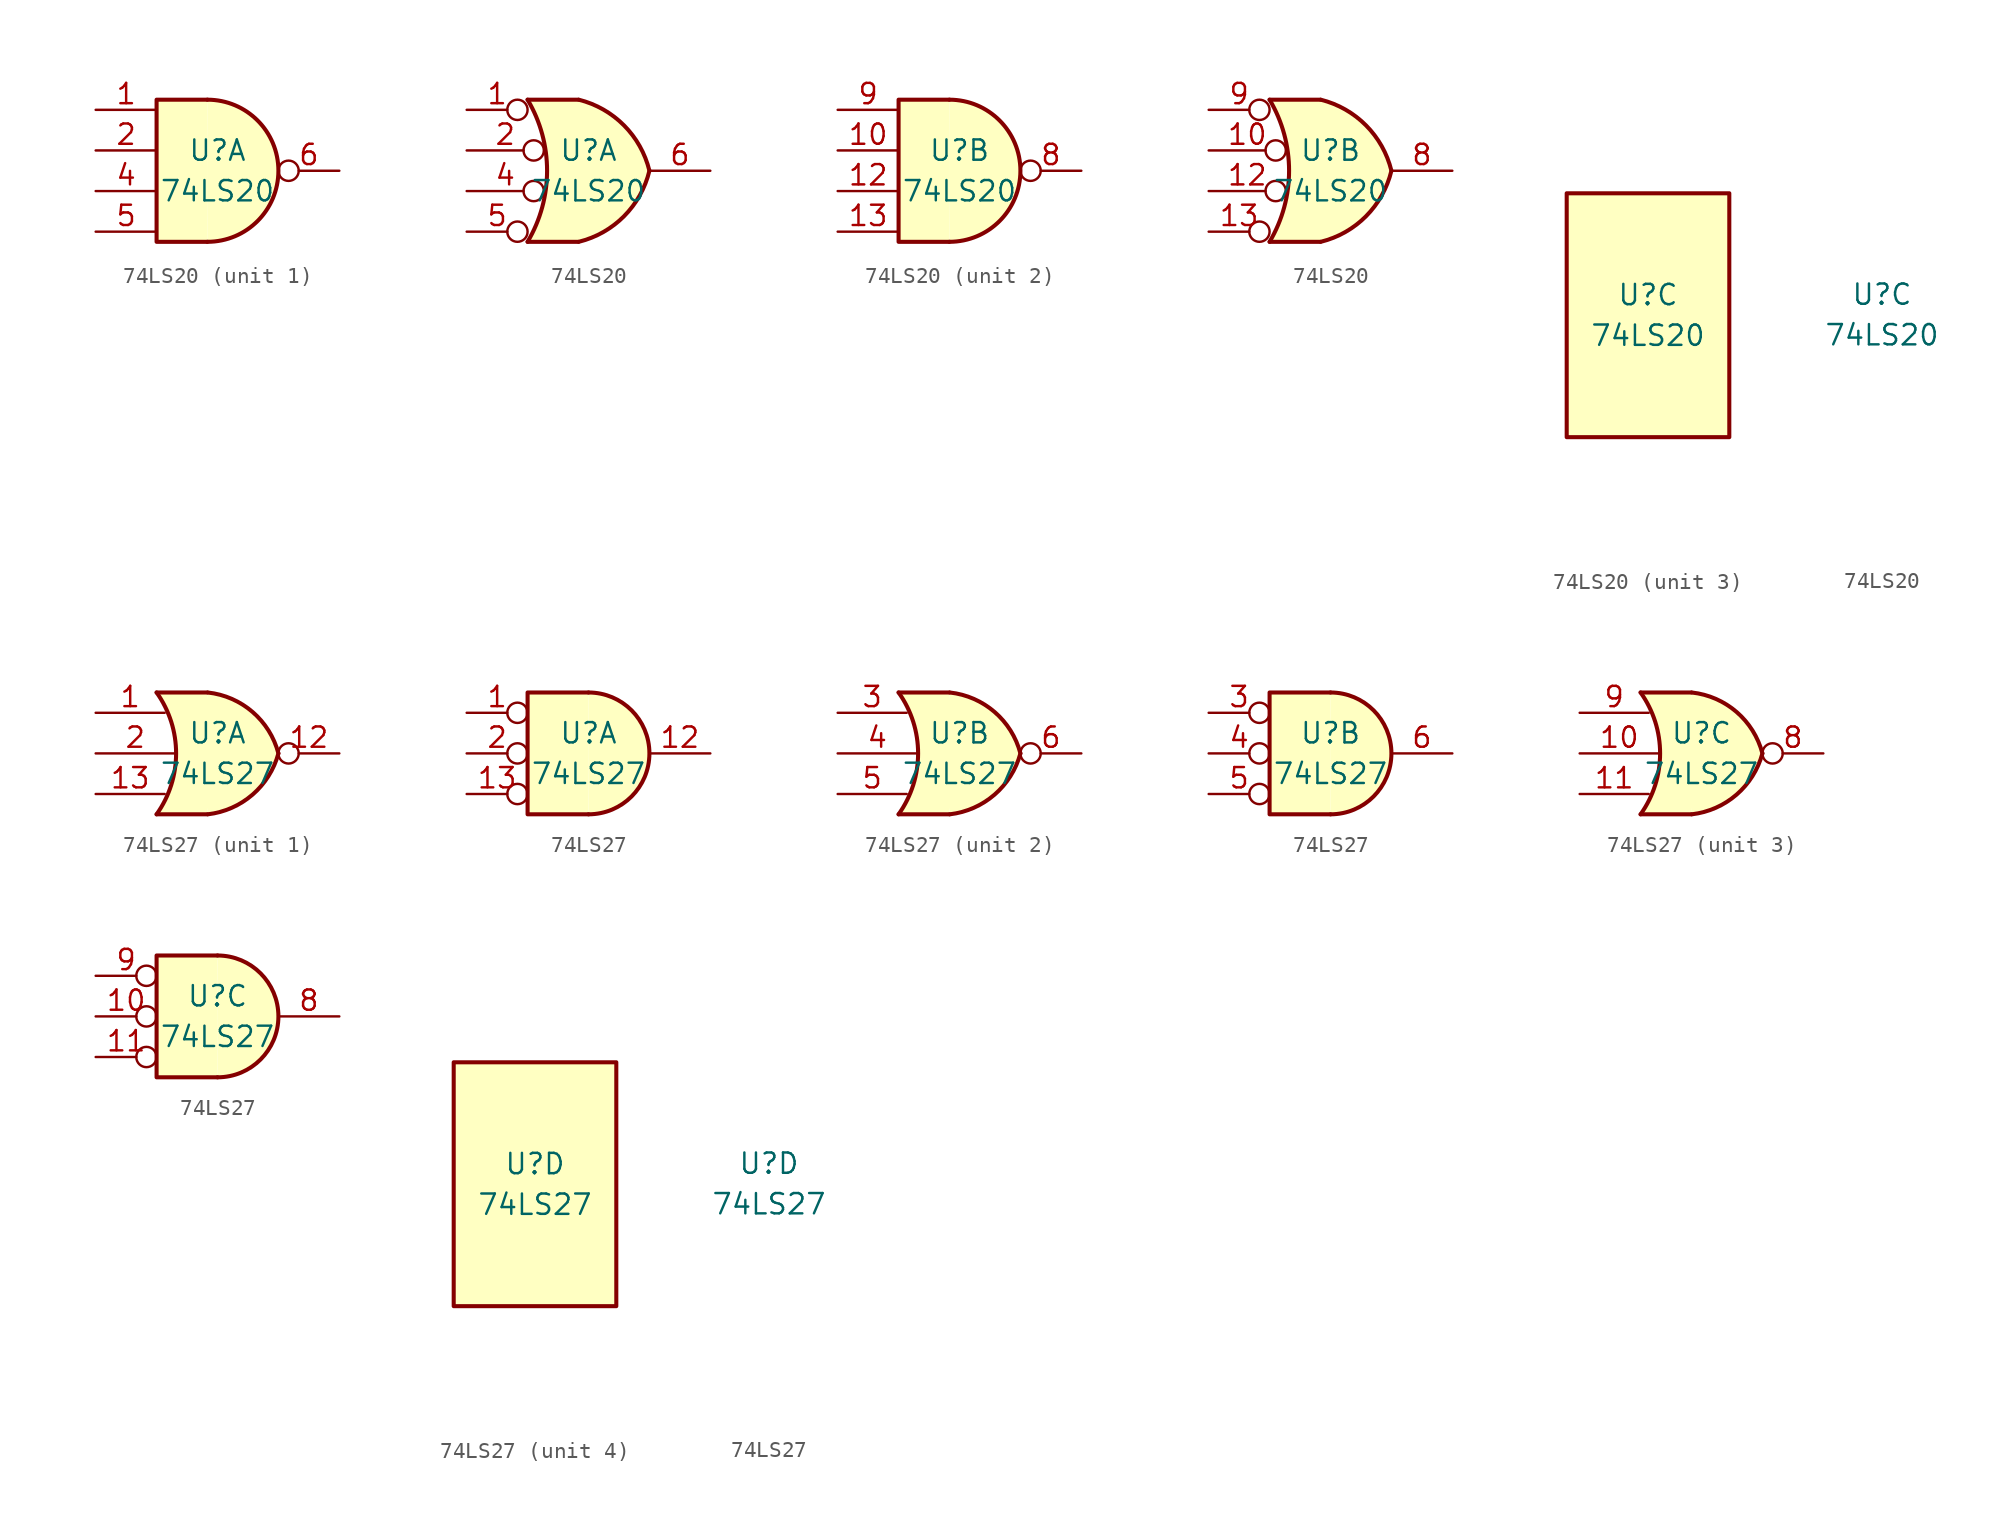
<source format=kicad_sym>
(kicad_symbol_lib
  (version 20211014)
  (generator kicad_symbol_editor)
  (symbol "74LS20"
    (pin_names
      (offset 1.016))
    (property "Reference" "U"
      (at 0 1.27 0)
      (effects (font (size 1.27 1.27))))
    (property "Value" "74LS20"
      (at 0 -1.27 0)
      (effects (font (size 1.27 1.27))))
    (property "ki_locked" ""
      (at 0 0 0)
      (effects (font (size 1.27 1.27))))
    (symbol "74LS20_1_1"
      (arc (start -0.635 -4.445) (mid 3.81 0) (end -0.635 4.445) (stroke (width 0.254) (type default) (color 0 0 0 0)) (fill (type background)))
      (polyline (pts (xy -0.635 4.445) (xy -3.81 4.445) (xy -3.81 -4.445) (xy -0.635 -4.445)) (stroke (width 0.254) (type default) (color 0 0 0 0)) (fill (type background)))
      (pin input line (at -7.62 3.81 0) (length 3.81) (name "~" (effects (font (size 1.27 1.27)))) (number "1" (effects (font (size 1.27 1.27)))))
      (pin input line (at -7.62 1.27 0) (length 3.81) (name "~" (effects (font (size 1.27 1.27)))) (number "2" (effects (font (size 1.27 1.27)))))
      (pin input line (at -7.62 -1.27 0) (length 3.81) (name "~" (effects (font (size 1.27 1.27)))) (number "4" (effects (font (size 1.27 1.27)))))
      (pin input line (at -7.62 -3.81 0) (length 3.81) (name "~" (effects (font (size 1.27 1.27)))) (number "5" (effects (font (size 1.27 1.27)))))
      (pin output inverted (at 7.62 0 180) (length 3.81) (name "~" (effects (font (size 1.27 1.27)))) (number "6" (effects (font (size 1.27 1.27))))))
    (symbol "74LS20_1_2"
      (arc (start -3.81 -4.445) (mid -2.5908 0) (end -3.81 4.445) (stroke (width 0.254) (type default) (color 0 0 0 0)) (fill (type none)))
      (arc (start -0.6096 -4.445) (mid 2.2246 -2.8422) (end 3.81 0) (stroke (width 0.254) (type default) (color 0 0 0 0)) (fill (type background)))
      (polyline (pts (xy -3.81 -4.445) (xy -0.635 -4.445)) (stroke (width 0.254) (type default) (color 0 0 0 0)) (fill (type background)))
      (polyline (pts (xy -3.81 4.445) (xy -0.635 4.445)) (stroke (width 0.254) (type default) (color 0 0 0 0)) (fill (type background)))
      (polyline (pts (xy -0.635 4.445) (xy -3.81 4.445) (xy -3.81 4.445) (xy -3.632 4.089) (xy -3.099 2.921) (xy -2.769 1.676) (xy -2.616 0.432) (xy -2.642 -0.864) (xy -2.87 -2.108) (xy -3.251 -3.327) (xy -3.81 -4.445) (xy -3.81 -4.445) (xy -0.635 -4.445)) (stroke (width -25.4) (type default) (color 0 0 0 0)) (fill (type background)))
      (arc (start 3.81 0) (mid 2.2204 2.8379) (end -0.6096 4.445) (stroke (width 0.254) (type default) (color 0 0 0 0)) (fill (type background)))
      (pin input inverted (at -7.62 3.81 0) (length 3.81) (name "~" (effects (font (size 1.27 1.27)))) (number "1" (effects (font (size 1.27 1.27)))))
      (pin input inverted (at -7.62 1.27 0) (length 4.826) (name "~" (effects (font (size 1.27 1.27)))) (number "2" (effects (font (size 1.27 1.27)))))
      (pin input inverted (at -7.62 -1.27 0) (length 4.826) (name "~" (effects (font (size 1.27 1.27)))) (number "4" (effects (font (size 1.27 1.27)))))
      (pin input inverted (at -7.62 -3.81 0) (length 3.81) (name "~" (effects (font (size 1.27 1.27)))) (number "5" (effects (font (size 1.27 1.27)))))
      (pin output line (at 7.62 0 180) (length 3.81) (name "~" (effects (font (size 1.27 1.27)))) (number "6" (effects (font (size 1.27 1.27))))))
    (symbol "74LS20_2_1"
      (arc (start -0.635 -4.445) (mid 3.81 0) (end -0.635 4.445) (stroke (width 0.254) (type default) (color 0 0 0 0)) (fill (type background)))
      (polyline (pts (xy -0.635 4.445) (xy -3.81 4.445) (xy -3.81 -4.445) (xy -0.635 -4.445)) (stroke (width 0.254) (type default) (color 0 0 0 0)) (fill (type background)))
      (pin input line (at -7.62 1.27 0) (length 3.81) (name "~" (effects (font (size 1.27 1.27)))) (number "10" (effects (font (size 1.27 1.27)))))
      (pin input line (at -7.62 -1.27 0) (length 3.81) (name "~" (effects (font (size 1.27 1.27)))) (number "12" (effects (font (size 1.27 1.27)))))
      (pin input line (at -7.62 -3.81 0) (length 3.81) (name "~" (effects (font (size 1.27 1.27)))) (number "13" (effects (font (size 1.27 1.27)))))
      (pin output inverted (at 7.62 0 180) (length 3.81) (name "~" (effects (font (size 1.27 1.27)))) (number "8" (effects (font (size 1.27 1.27)))))
      (pin input line (at -7.62 3.81 0) (length 3.81) (name "~" (effects (font (size 1.27 1.27)))) (number "9" (effects (font (size 1.27 1.27))))))
    (symbol "74LS20_2_2"
      (arc (start -3.81 -4.445) (mid -2.5908 0) (end -3.81 4.445) (stroke (width 0.254) (type default) (color 0 0 0 0)) (fill (type none)))
      (arc (start -0.6096 -4.445) (mid 2.2246 -2.8422) (end 3.81 0) (stroke (width 0.254) (type default) (color 0 0 0 0)) (fill (type background)))
      (polyline (pts (xy -3.81 -4.445) (xy -0.635 -4.445)) (stroke (width 0.254) (type default) (color 0 0 0 0)) (fill (type background)))
      (polyline (pts (xy -3.81 4.445) (xy -0.635 4.445)) (stroke (width 0.254) (type default) (color 0 0 0 0)) (fill (type background)))
      (polyline (pts (xy -0.635 4.445) (xy -3.81 4.445) (xy -3.81 4.445) (xy -3.632 4.089) (xy -3.099 2.921) (xy -2.769 1.676) (xy -2.616 0.432) (xy -2.642 -0.864) (xy -2.87 -2.108) (xy -3.251 -3.327) (xy -3.81 -4.445) (xy -3.81 -4.445) (xy -0.635 -4.445)) (stroke (width -25.4) (type default) (color 0 0 0 0)) (fill (type background)))
      (arc (start 3.81 0) (mid 2.2204 2.8379) (end -0.6096 4.445) (stroke (width 0.254) (type default) (color 0 0 0 0)) (fill (type background)))
      (pin input inverted (at -7.62 1.27 0) (length 4.826) (name "~" (effects (font (size 1.27 1.27)))) (number "10" (effects (font (size 1.27 1.27)))))
      (pin input inverted (at -7.62 -1.27 0) (length 4.826) (name "~" (effects (font (size 1.27 1.27)))) (number "12" (effects (font (size 1.27 1.27)))))
      (pin input inverted (at -7.62 -3.81 0) (length 3.81) (name "~" (effects (font (size 1.27 1.27)))) (number "13" (effects (font (size 1.27 1.27)))))
      (pin output line (at 7.62 0 180) (length 3.81) (name "~" (effects (font (size 1.27 1.27)))) (number "8" (effects (font (size 1.27 1.27)))))
      (pin input inverted (at -7.62 3.81 0) (length 3.81) (name "~" (effects (font (size 1.27 1.27)))) (number "9" (effects (font (size 1.27 1.27))))))
    (symbol "74LS20_3_0"
      (pin input line (at 0 12.7 270) (length 5.08) hide (name "VCC" (effects (font (size 1.27 1.27)))) (number "14" (effects (font (size 1.27 1.27)))))
      (pin input line (at 0 -12.7 90) (length 5.08) hide (name "GND" (effects (font (size 1.27 1.27)))) (number "7" (effects (font (size 1.27 1.27))))))
    (symbol "74LS20_3_1"
      (rectangle (start -5.08 7.62) (end 5.08 -7.62) (stroke (width 0.254) (type default) (color 0 0 0 0)) (fill (type background)))))
  (symbol "74LS27"
    (pin_names
      (offset 1.016))
    (property "Reference" "U"
      (at 0 1.27 0)
      (effects (font (size 1.27 1.27))))
    (property "Value" "74LS27"
      (at 0 -1.27 0)
      (effects (font (size 1.27 1.27))))
    (property "ki_locked" ""
      (at 0 0 0)
      (effects (font (size 1.27 1.27))))
    (symbol "74LS27_1_1"
      (arc (start -3.81 -3.81) (mid -2.589 0) (end -3.81 3.81) (stroke (width 0.254) (type default) (color 0 0 0 0)) (fill (type none)))
      (arc (start -0.6096 -3.81) (mid 2.1842 -2.5851) (end 3.81 0) (stroke (width 0.254) (type default) (color 0 0 0 0)) (fill (type background)))
      (polyline (pts (xy -3.81 -3.81) (xy -0.635 -3.81)) (stroke (width 0.254) (type default) (color 0 0 0 0)) (fill (type background)))
      (polyline (pts (xy -3.81 3.81) (xy -0.635 3.81)) (stroke (width 0.254) (type default) (color 0 0 0 0)) (fill (type background)))
      (polyline (pts (xy -0.635 3.81) (xy -3.81 3.81) (xy -3.81 3.81) (xy -3.556 3.404) (xy -3.023 2.261) (xy -2.692 1.041) (xy -2.616 -0.254) (xy -2.769 -1.499) (xy -3.175 -2.718) (xy -3.81 -3.81) (xy -3.81 -3.81) (xy -0.635 -3.81)) (stroke (width -25.4) (type default) (color 0 0 0 0)) (fill (type background)))
      (arc (start 3.81 0) (mid 2.1915 2.5936) (end -0.6096 3.81) (stroke (width 0.254) (type default) (color 0 0 0 0)) (fill (type background)))
      (pin input line (at -7.62 2.54 0) (length 4.318) (name "~" (effects (font (size 1.27 1.27)))) (number "1" (effects (font (size 1.27 1.27)))))
      (pin output inverted (at 7.62 0 180) (length 3.81) (name "~" (effects (font (size 1.27 1.27)))) (number "12" (effects (font (size 1.27 1.27)))))
      (pin input line (at -7.62 -2.54 0) (length 4.318) (name "~" (effects (font (size 1.27 1.27)))) (number "13" (effects (font (size 1.27 1.27)))))
      (pin input line (at -7.62 0 0) (length 4.953) (name "~" (effects (font (size 1.27 1.27)))) (number "2" (effects (font (size 1.27 1.27))))))
    (symbol "74LS27_1_2"
      (arc (start 0 -3.81) (mid 3.81 0) (end 0 3.81) (stroke (width 0.254) (type default) (color 0 0 0 0)) (fill (type background)))
      (polyline (pts (xy 0 3.81) (xy -3.81 3.81) (xy -3.81 -3.81) (xy 0 -3.81)) (stroke (width 0.254) (type default) (color 0 0 0 0)) (fill (type background)))
      (pin input inverted (at -7.62 2.54 0) (length 3.81) (name "~" (effects (font (size 1.27 1.27)))) (number "1" (effects (font (size 1.27 1.27)))))
      (pin output line (at 7.62 0 180) (length 3.81) (name "~" (effects (font (size 1.27 1.27)))) (number "12" (effects (font (size 1.27 1.27)))))
      (pin input inverted (at -7.62 -2.54 0) (length 3.81) (name "~" (effects (font (size 1.27 1.27)))) (number "13" (effects (font (size 1.27 1.27)))))
      (pin input inverted (at -7.62 0 0) (length 3.81) (name "~" (effects (font (size 1.27 1.27)))) (number "2" (effects (font (size 1.27 1.27))))))
    (symbol "74LS27_2_1"
      (arc (start -3.81 -3.81) (mid -2.589 0) (end -3.81 3.81) (stroke (width 0.254) (type default) (color 0 0 0 0)) (fill (type none)))
      (arc (start -0.6096 -3.81) (mid 2.1842 -2.5851) (end 3.81 0) (stroke (width 0.254) (type default) (color 0 0 0 0)) (fill (type background)))
      (polyline (pts (xy -3.81 -3.81) (xy -0.635 -3.81)) (stroke (width 0.254) (type default) (color 0 0 0 0)) (fill (type background)))
      (polyline (pts (xy -3.81 3.81) (xy -0.635 3.81)) (stroke (width 0.254) (type default) (color 0 0 0 0)) (fill (type background)))
      (polyline (pts (xy -0.635 3.81) (xy -3.81 3.81) (xy -3.81 3.81) (xy -3.556 3.404) (xy -3.023 2.261) (xy -2.692 1.041) (xy -2.616 -0.254) (xy -2.769 -1.499) (xy -3.175 -2.718) (xy -3.81 -3.81) (xy -3.81 -3.81) (xy -0.635 -3.81)) (stroke (width -25.4) (type default) (color 0 0 0 0)) (fill (type background)))
      (arc (start 3.81 0) (mid 2.1915 2.5936) (end -0.6096 3.81) (stroke (width 0.254) (type default) (color 0 0 0 0)) (fill (type background)))
      (pin input line (at -7.62 2.54 0) (length 4.318) (name "~" (effects (font (size 1.27 1.27)))) (number "3" (effects (font (size 1.27 1.27)))))
      (pin input line (at -7.62 0 0) (length 4.953) (name "~" (effects (font (size 1.27 1.27)))) (number "4" (effects (font (size 1.27 1.27)))))
      (pin input line (at -7.62 -2.54 0) (length 4.318) (name "~" (effects (font (size 1.27 1.27)))) (number "5" (effects (font (size 1.27 1.27)))))
      (pin output inverted (at 7.62 0 180) (length 3.81) (name "~" (effects (font (size 1.27 1.27)))) (number "6" (effects (font (size 1.27 1.27))))))
    (symbol "74LS27_2_2"
      (arc (start 0 -3.81) (mid 3.81 0) (end 0 3.81) (stroke (width 0.254) (type default) (color 0 0 0 0)) (fill (type background)))
      (polyline (pts (xy 0 3.81) (xy -3.81 3.81) (xy -3.81 -3.81) (xy 0 -3.81)) (stroke (width 0.254) (type default) (color 0 0 0 0)) (fill (type background)))
      (pin input inverted (at -7.62 2.54 0) (length 3.81) (name "~" (effects (font (size 1.27 1.27)))) (number "3" (effects (font (size 1.27 1.27)))))
      (pin input inverted (at -7.62 0 0) (length 3.81) (name "~" (effects (font (size 1.27 1.27)))) (number "4" (effects (font (size 1.27 1.27)))))
      (pin input inverted (at -7.62 -2.54 0) (length 3.81) (name "~" (effects (font (size 1.27 1.27)))) (number "5" (effects (font (size 1.27 1.27)))))
      (pin output line (at 7.62 0 180) (length 3.81) (name "~" (effects (font (size 1.27 1.27)))) (number "6" (effects (font (size 1.27 1.27))))))
    (symbol "74LS27_3_1"
      (arc (start -3.81 -3.81) (mid -2.589 0) (end -3.81 3.81) (stroke (width 0.254) (type default) (color 0 0 0 0)) (fill (type none)))
      (arc (start -0.6096 -3.81) (mid 2.1842 -2.5851) (end 3.81 0) (stroke (width 0.254) (type default) (color 0 0 0 0)) (fill (type background)))
      (polyline (pts (xy -3.81 -3.81) (xy -0.635 -3.81)) (stroke (width 0.254) (type default) (color 0 0 0 0)) (fill (type background)))
      (polyline (pts (xy -3.81 3.81) (xy -0.635 3.81)) (stroke (width 0.254) (type default) (color 0 0 0 0)) (fill (type background)))
      (polyline (pts (xy -0.635 3.81) (xy -3.81 3.81) (xy -3.81 3.81) (xy -3.556 3.404) (xy -3.023 2.261) (xy -2.692 1.041) (xy -2.616 -0.254) (xy -2.769 -1.499) (xy -3.175 -2.718) (xy -3.81 -3.81) (xy -3.81 -3.81) (xy -0.635 -3.81)) (stroke (width -25.4) (type default) (color 0 0 0 0)) (fill (type background)))
      (arc (start 3.81 0) (mid 2.1915 2.5936) (end -0.6096 3.81) (stroke (width 0.254) (type default) (color 0 0 0 0)) (fill (type background)))
      (pin input line (at -7.62 0 0) (length 4.953) (name "~" (effects (font (size 1.27 1.27)))) (number "10" (effects (font (size 1.27 1.27)))))
      (pin input line (at -7.62 -2.54 0) (length 4.318) (name "~" (effects (font (size 1.27 1.27)))) (number "11" (effects (font (size 1.27 1.27)))))
      (pin output inverted (at 7.62 0 180) (length 3.81) (name "~" (effects (font (size 1.27 1.27)))) (number "8" (effects (font (size 1.27 1.27)))))
      (pin input line (at -7.62 2.54 0) (length 4.318) (name "~" (effects (font (size 1.27 1.27)))) (number "9" (effects (font (size 1.27 1.27))))))
    (symbol "74LS27_3_2"
      (arc (start 0 -3.81) (mid 3.81 0) (end 0 3.81) (stroke (width 0.254) (type default) (color 0 0 0 0)) (fill (type background)))
      (polyline (pts (xy 0 3.81) (xy -3.81 3.81) (xy -3.81 -3.81) (xy 0 -3.81)) (stroke (width 0.254) (type default) (color 0 0 0 0)) (fill (type background)))
      (pin input inverted (at -7.62 0 0) (length 3.81) (name "~" (effects (font (size 1.27 1.27)))) (number "10" (effects (font (size 1.27 1.27)))))
      (pin input inverted (at -7.62 -2.54 0) (length 3.81) (name "~" (effects (font (size 1.27 1.27)))) (number "11" (effects (font (size 1.27 1.27)))))
      (pin output line (at 7.62 0 180) (length 3.81) (name "~" (effects (font (size 1.27 1.27)))) (number "8" (effects (font (size 1.27 1.27)))))
      (pin input inverted (at -7.62 2.54 0) (length 3.81) (name "~" (effects (font (size 1.27 1.27)))) (number "9" (effects (font (size 1.27 1.27))))))
    (symbol "74LS27_4_0"
      (pin input line (at 0 12.7 270) (length 5.08) hide (name "VCC" (effects (font (size 1.27 1.27)))) (number "14" (effects (font (size 1.27 1.27)))))
      (pin input line (at 0 -12.7 90) (length 5.08) hide (name "GND" (effects (font (size 1.27 1.27)))) (number "7" (effects (font (size 1.27 1.27))))))
    (symbol "74LS27_4_1"
      (rectangle (start -5.08 7.62) (end 5.08 -7.62) (stroke (width 0.254) (type default) (color 0 0 0 0)) (fill (type background))))))
</source>
